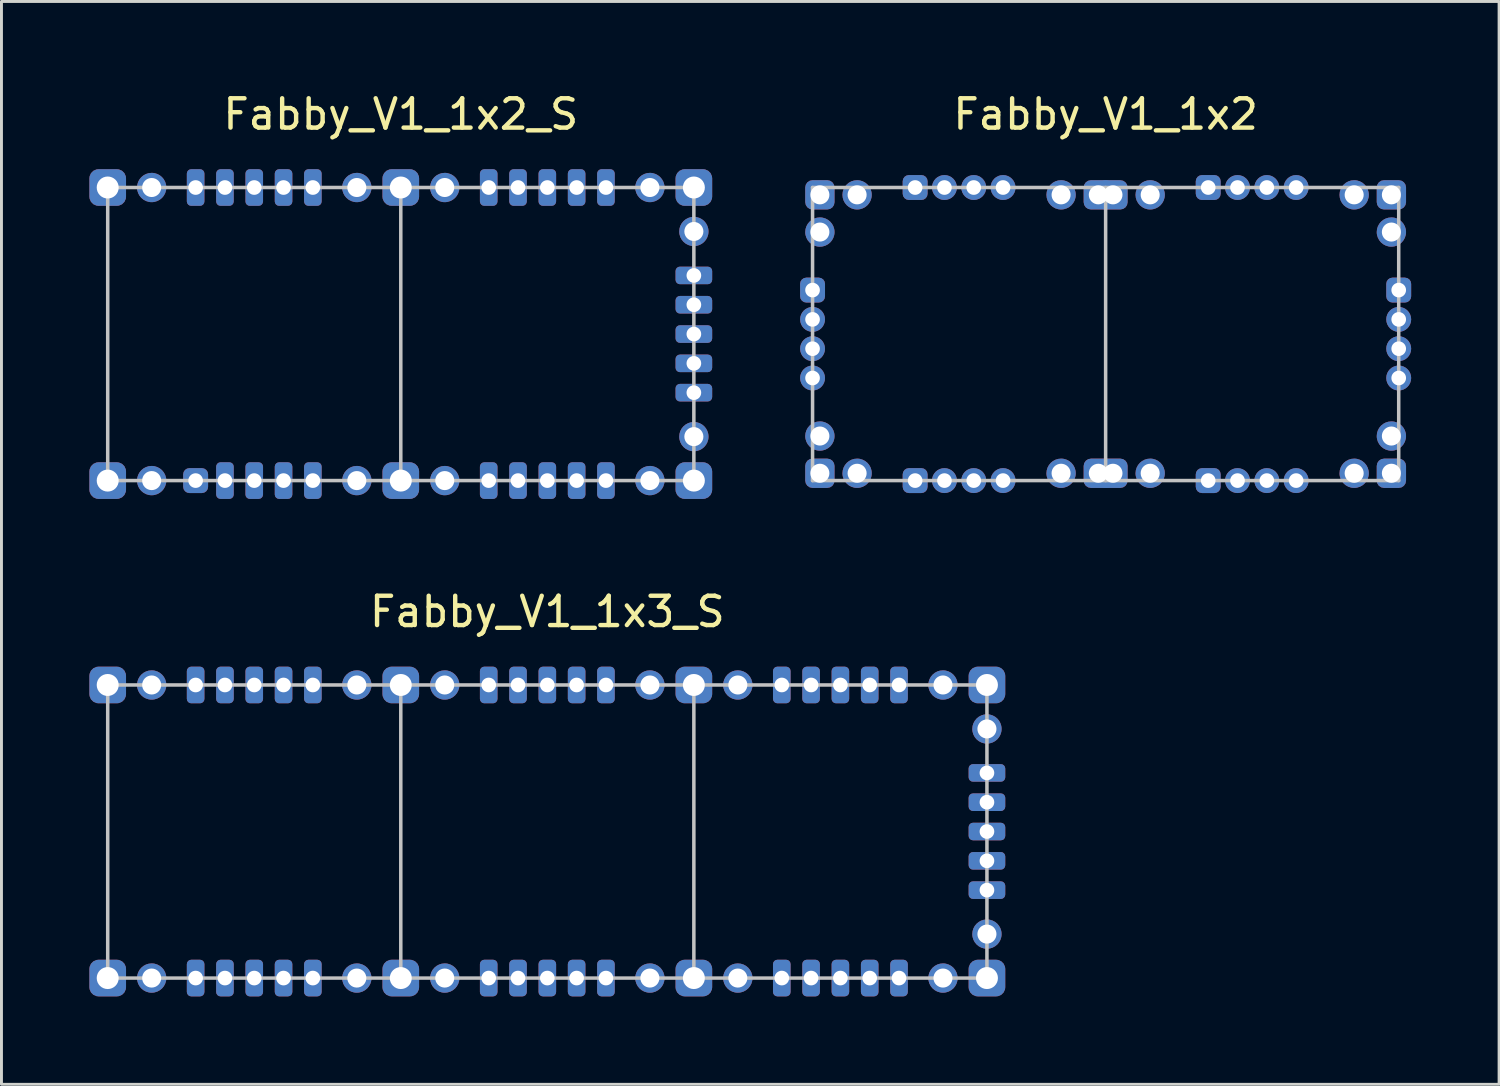
<source format=kicad_pcb>
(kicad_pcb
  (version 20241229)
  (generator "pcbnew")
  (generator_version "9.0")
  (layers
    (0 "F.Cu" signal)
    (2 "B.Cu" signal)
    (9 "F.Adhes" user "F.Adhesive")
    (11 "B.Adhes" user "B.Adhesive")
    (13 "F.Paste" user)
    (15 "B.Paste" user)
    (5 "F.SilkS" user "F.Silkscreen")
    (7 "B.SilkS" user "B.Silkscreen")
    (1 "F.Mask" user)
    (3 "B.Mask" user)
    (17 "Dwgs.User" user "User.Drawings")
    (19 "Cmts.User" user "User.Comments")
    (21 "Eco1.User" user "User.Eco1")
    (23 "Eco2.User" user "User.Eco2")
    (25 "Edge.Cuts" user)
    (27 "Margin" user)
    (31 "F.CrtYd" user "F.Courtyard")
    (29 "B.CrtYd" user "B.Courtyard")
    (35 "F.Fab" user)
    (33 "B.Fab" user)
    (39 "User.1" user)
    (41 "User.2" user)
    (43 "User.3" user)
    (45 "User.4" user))
  (footprint "Fabby_V1_1x3_S"
    (layer "F.Cu")
    (at 15.625 25.322)
    (property "Reference" "Fabby_V1_1x3_S" (at 0 -7.5 0) (layer "F.SilkS") (effects (font (size 1 1) (thickness 0.15))))
    (attr through_hole)
    (fp_line (start -15 -5) (end 15 -5) (stroke (width 0.12) (type solid)) (layer "Dwgs.User"))
    (fp_line (start -15 5) (end -15 -5) (stroke (width 0.12) (type solid)) (layer "Dwgs.User"))
    (fp_line (start -15 5) (end 15 5) (stroke (width 0.12) (type solid)) (layer "Dwgs.User"))
    (fp_line (start -5 5) (end -5 -5) (stroke (width 0.12) (type solid)) (layer "Dwgs.User"))
    (fp_line (start 5 -5) (end 5 5) (stroke (width 0.12) (type solid)) (layer "Dwgs.User"))
    (fp_line (start 15 -5) (end 15 5) (stroke (width 0.12) (type solid)) (layer "Dwgs.User"))
    (pad "1" thru_hole roundrect (at -15 -5) (size 1.25 1.25) (drill 0.75) (layers "*.Cu" "*.Mask") (roundrect_rratio 0.25))
    (pad "2" thru_hole circle (at -13.5 -5) (size 1 1) (drill 0.65) (layers "*.Cu" "*.Mask"))
    (pad "3" thru_hole circle (at -6.5 -5 270) (size 1 1) (drill 0.65) (layers "*.Cu" "*.Mask"))
    (pad "4" thru_hole roundrect (at -5 -5) (size 1.25 1.25) (drill 0.75) (layers "*.Cu" "*.Mask") (roundrect_rratio 0.25))
    (pad "5" thru_hole circle (at -3.5 -5) (size 1 1) (drill 0.65) (layers "*.Cu" "*.Mask"))
    (pad "6" thru_hole circle (at 3.5 -5 270) (size 1 1) (drill 0.65) (layers "*.Cu" "*.Mask"))
    (pad "7" thru_hole roundrect (at 5 -5) (size 1.25 1.25) (drill 0.75) (layers "*.Cu" "*.Mask") (roundrect_rratio 0.25))
    (pad "8" thru_hole circle (at 6.5 -5) (size 1 1) (drill 0.65) (layers "*.Cu" "*.Mask"))
    (pad "9" thru_hole circle (at 13.5 -5 270) (size 1 1) (drill 0.65) (layers "*.Cu" "*.Mask"))
    (pad "10" thru_hole roundrect (at 15 -5 270) (size 1.25 1.25) (drill 0.75) (layers "*.Cu" "*.Mask") (roundrect_rratio 0.25))
    (pad "11" thru_hole circle (at 15 -3.5 270) (size 1 1) (drill 0.65) (layers "*.Cu" "*.Mask"))
    (pad "12" thru_hole circle (at 15 3.5 180) (size 1 1) (drill 0.65) (layers "*.Cu" "*.Mask"))
    (pad "13" thru_hole roundrect (at 15 5 180) (size 1.25 1.25) (drill 0.75) (layers "*.Cu" "*.Mask") (roundrect_rratio 0.25))
    (pad "14" thru_hole circle (at 13.5 5 180) (size 1 1) (drill 0.65) (layers "*.Cu" "*.Mask"))
    (pad "15" thru_hole circle (at 6.5 5) (size 1 1) (drill 0.65) (layers "*.Cu" "*.Mask"))
    (pad "16" thru_hole roundrect (at 5 5) (size 1.25 1.25) (drill 0.75) (layers "*.Cu" "*.Mask") (roundrect_rratio 0.25))
    (pad "17" thru_hole circle (at 3.5 5 270) (size 1 1) (drill 0.65) (layers "*.Cu" "*.Mask"))
    (pad "18" thru_hole circle (at -3.5 5) (size 1 1) (drill 0.65) (layers "*.Cu" "*.Mask"))
    (pad "19" thru_hole roundrect (at -5 5) (size 1.25 1.25) (drill 0.75) (layers "*.Cu" "*.Mask") (roundrect_rratio 0.25))
    (pad "20" thru_hole circle (at -6.5 5 270) (size 1 1) (drill 0.65) (layers "*.Cu" "*.Mask"))
    (pad "21" thru_hole circle (at -13.5 5 90) (size 1 1) (drill 0.65) (layers "*.Cu" "*.Mask"))
    (pad "22" thru_hole roundrect (at -15 5) (size 1.25 1.25) (drill 0.75) (layers "*.Cu" "*.Mask") (roundrect_rratio 0.25))
    (pad "25" thru_hole roundrect (at -12 -5 90) (size 1.25 0.6) (drill 0.5) (layers "*.Cu" "*.Mask") (roundrect_rratio 0.25))
    (pad "26" thru_hole roundrect (at -11 -5 90) (size 1.25 0.6) (drill 0.5) (layers "*.Cu" "*.Mask") (roundrect_rratio 0.25))
    (pad "27" thru_hole roundrect (at -10 -5 90) (size 1.25 0.6) (drill 0.5) (layers "*.Cu" "*.Mask") (roundrect_rratio 0.25))
    (pad "28" thru_hole roundrect (at -9 -5 90) (size 1.25 0.6) (drill 0.5) (layers "*.Cu" "*.Mask") (roundrect_rratio 0.25))
    (pad "29" thru_hole roundrect (at -8 -5 90) (size 1.25 0.6) (drill 0.5) (layers "*.Cu" "*.Mask") (roundrect_rratio 0.25))
    (pad "30" thru_hole roundrect (at -2 -5 90) (size 1.25 0.6) (drill 0.5) (layers "*.Cu" "*.Mask") (roundrect_rratio 0.25))
    (pad "31" thru_hole roundrect (at -1 -5 90) (size 1.25 0.6) (drill 0.5) (layers "*.Cu" "*.Mask") (roundrect_rratio 0.25))
    (pad "32" thru_hole roundrect (at 0 -5 90) (size 1.25 0.6) (drill 0.5) (layers "*.Cu" "*.Mask") (roundrect_rratio 0.25))
    (pad "33" thru_hole roundrect (at 1 -5 90) (size 1.25 0.6) (drill 0.5) (layers "*.Cu" "*.Mask") (roundrect_rratio 0.25))
    (pad "34" thru_hole roundrect (at 2 -5 90) (size 1.25 0.6) (drill 0.5) (layers "*.Cu" "*.Mask") (roundrect_rratio 0.25))
    (pad "35" thru_hole roundrect (at 8 -5 90) (size 1.25 0.6) (drill 0.5) (layers "*.Cu" "*.Mask") (roundrect_rratio 0.25))
    (pad "36" thru_hole roundrect (at 9 -5 90) (size 1.25 0.6) (drill 0.5) (layers "*.Cu" "*.Mask") (roundrect_rratio 0.25))
    (pad "37" thru_hole roundrect (at 10 -5 90) (size 1.25 0.6) (drill 0.5) (layers "*.Cu" "*.Mask") (roundrect_rratio 0.25))
    (pad "38" thru_hole roundrect (at 11 -5 90) (size 1.25 0.6) (drill 0.5) (layers "*.Cu" "*.Mask") (roundrect_rratio 0.25))
    (pad "39" thru_hole roundrect (at 12 -5 90) (size 1.25 0.6) (drill 0.5) (layers "*.Cu" "*.Mask") (roundrect_rratio 0.25))
    (pad "40" thru_hole roundrect (at -12 5 90) (size 1.25 0.6) (drill 0.5) (layers "*.Cu" "*.Mask") (roundrect_rratio 0.25))
    (pad "41" thru_hole roundrect (at -11 5 90) (size 1.25 0.6) (drill 0.5) (layers "*.Cu" "*.Mask") (roundrect_rratio 0.25))
    (pad "42" thru_hole roundrect (at -10 5 90) (size 1.25 0.6) (drill 0.5) (layers "*.Cu" "*.Mask") (roundrect_rratio 0.25))
    (pad "43" thru_hole roundrect (at -9 5 90) (size 1.25 0.6) (drill 0.5) (layers "*.Cu" "*.Mask") (roundrect_rratio 0.25))
    (pad "44" thru_hole roundrect (at -8 5 90) (size 1.25 0.6) (drill 0.5) (layers "*.Cu" "*.Mask") (roundrect_rratio 0.25))
    (pad "45" thru_hole roundrect (at -2 5 90) (size 1.25 0.6) (drill 0.5) (layers "*.Cu" "*.Mask") (roundrect_rratio 0.25))
    (pad "46" thru_hole roundrect (at -1 5 90) (size 1.25 0.6) (drill 0.5) (layers "*.Cu" "*.Mask") (roundrect_rratio 0.25))
    (pad "47" thru_hole roundrect (at 0 5 90) (size 1.25 0.6) (drill 0.5) (layers "*.Cu" "*.Mask") (roundrect_rratio 0.25))
    (pad "48" thru_hole roundrect (at 1 5 90) (size 1.25 0.6) (drill 0.5) (layers "*.Cu" "*.Mask") (roundrect_rratio 0.25))
    (pad "49" thru_hole roundrect (at 2 5 90) (size 1.25 0.6) (drill 0.5) (layers "*.Cu" "*.Mask") (roundrect_rratio 0.25))
    (pad "50" thru_hole roundrect (at 8 5 90) (size 1.25 0.6) (drill 0.5) (layers "*.Cu" "*.Mask") (roundrect_rratio 0.25))
    (pad "51" thru_hole roundrect (at 9 5 90) (size 1.25 0.6) (drill 0.5) (layers "*.Cu" "*.Mask") (roundrect_rratio 0.25))
    (pad "52" thru_hole roundrect (at 10 5 90) (size 1.25 0.6) (drill 0.5) (layers "*.Cu" "*.Mask") (roundrect_rratio 0.25))
    (pad "53" thru_hole roundrect (at 11 5 90) (size 1.25 0.6) (drill 0.5) (layers "*.Cu" "*.Mask") (roundrect_rratio 0.25))
    (pad "54" thru_hole roundrect (at 12 5 90) (size 1.25 0.6) (drill 0.5) (layers "*.Cu" "*.Mask") (roundrect_rratio 0.25))
    (pad "60" thru_hole roundrect (at 15 -2 180) (size 1.25 0.6) (drill 0.5) (layers "*.Cu" "*.Mask") (roundrect_rratio 0.25))
    (pad "61" thru_hole roundrect (at 15 -1 180) (size 1.25 0.6) (drill 0.5) (layers "*.Cu" "*.Mask") (roundrect_rratio 0.25))
    (pad "62" thru_hole roundrect (at 15 0 180) (size 1.25 0.6) (drill 0.5) (layers "*.Cu" "*.Mask") (roundrect_rratio 0.25))
    (pad "63" thru_hole roundrect (at 15 1 180) (size 1.25 0.6) (drill 0.5) (layers "*.Cu" "*.Mask") (roundrect_rratio 0.25))
    (pad "64" thru_hole roundrect (at 15 2 180) (size 1.25 0.6) (drill 0.5) (layers "*.Cu" "*.Mask") (roundrect_rratio 0.25)))
  (footprint "Fabby_V1_1x2_S"
    (layer "F.Cu")
    (at 10.625 13.348)
    (property "Reference" "Fabby_V1_1x2_S" (at 0 -12.5 0) (layer "F.SilkS") (effects (font (size 1 1) (thickness 0.15))))
    (attr through_hole)
    (fp_line (start -10 -10) (end 10 -10) (stroke (width 0.12) (type solid)) (layer "Dwgs.User"))
    (fp_line (start -10 0) (end -10 -10) (stroke (width 0.12) (type solid)) (layer "Dwgs.User"))
    (fp_line (start 0 -10) (end 0 0) (stroke (width 0.12) (type solid)) (layer "Dwgs.User"))
    (fp_line (start 10 -10) (end 10 0) (stroke (width 0.12) (type solid)) (layer "Dwgs.User"))
    (fp_line (start 10 0) (end -10 0) (stroke (width 0.12) (type solid)) (layer "Dwgs.User"))
    (pad "1" thru_hole roundrect (at -10 -10 270) (size 1.25 1.25) (drill 0.75) (layers "*.Cu" "*.Mask") (roundrect_rratio 0.25))
    (pad "2" thru_hole circle (at -8.5 -10) (size 1 1) (drill 0.65) (layers "*.Cu" "*.Mask"))
    (pad "3" thru_hole circle (at -1.5 -10 270) (size 1 1) (drill 0.65) (layers "*.Cu" "*.Mask"))
    (pad "4" thru_hole roundrect (at 0 -10 270) (size 1.25 1.25) (drill 0.75) (layers "*.Cu" "*.Mask") (roundrect_rratio 0.25))
    (pad "5" thru_hole circle (at 1.5 -10 90) (size 1 1) (drill 0.65) (layers "*.Cu" "*.Mask"))
    (pad "6" thru_hole circle (at 8.5 -10 270) (size 1 1) (drill 0.65) (layers "*.Cu" "*.Mask"))
    (pad "7" thru_hole roundrect (at 10 -10 270) (size 1.25 1.25) (drill 0.75) (layers "*.Cu" "*.Mask") (roundrect_rratio 0.25))
    (pad "8" thru_hole circle (at 10 -8.5 270) (size 1 1) (drill 0.65) (layers "*.Cu" "*.Mask"))
    (pad "9" thru_hole circle (at 10 -1.5 180) (size 1 1) (drill 0.65) (layers "*.Cu" "*.Mask"))
    (pad "10" thru_hole roundrect (at 10 0 180) (size 1.25 1.25) (drill 0.75) (layers "*.Cu" "*.Mask") (roundrect_rratio 0.25))
    (pad "11" thru_hole circle (at 8.5 0 180) (size 1 1) (drill 0.65) (layers "*.Cu" "*.Mask"))
    (pad "12" thru_hole circle (at 1.5 0 90) (size 1 1) (drill 0.65) (layers "*.Cu" "*.Mask"))
    (pad "13" thru_hole roundrect (at 0 0 90) (size 1.25 1.25) (drill 0.75) (layers "*.Cu" "*.Mask") (roundrect_rratio 0.25))
    (pad "14" thru_hole circle (at -1.5 0 270) (size 1 1) (drill 0.65) (layers "*.Cu" "*.Mask"))
    (pad "15" thru_hole circle (at -8.5 0 90) (size 1 1) (drill 0.65) (layers "*.Cu" "*.Mask"))
    (pad "16" thru_hole roundrect (at -10 0 270) (size 1.25 1.25) (drill 0.75) (layers "*.Cu" "*.Mask") (roundrect_rratio 0.25))
    (pad "19" thru_hole roundrect (at -7 -10 90) (size 1.25 0.6) (drill 0.5) (layers "*.Cu" "*.Mask") (roundrect_rratio 0.25))
    (pad "20" thru_hole roundrect (at -6 -10 90) (size 1.25 0.6) (drill 0.5) (layers "*.Cu" "*.Mask") (roundrect_rratio 0.25))
    (pad "21" thru_hole roundrect (at -5 -10 90) (size 1.25 0.6) (drill 0.5) (layers "*.Cu" "*.Mask") (roundrect_rratio 0.25))
    (pad "22" thru_hole roundrect (at -4 -10 90) (size 1.25 0.6) (drill 0.5) (layers "*.Cu" "*.Mask") (roundrect_rratio 0.25))
    (pad "23" thru_hole roundrect (at -3 -10 90) (size 1.25 0.6) (drill 0.5) (layers "*.Cu" "*.Mask") (roundrect_rratio 0.25))
    (pad "24" thru_hole roundrect (at 3 -10 90) (size 1.25 0.6) (drill 0.5) (layers "*.Cu" "*.Mask") (roundrect_rratio 0.25))
    (pad "25" thru_hole roundrect (at 4 -10 90) (size 1.25 0.6) (drill 0.5) (layers "*.Cu" "*.Mask") (roundrect_rratio 0.25))
    (pad "26" thru_hole roundrect (at 5 -10 90) (size 1.25 0.6) (drill 0.5) (layers "*.Cu" "*.Mask") (roundrect_rratio 0.25))
    (pad "27" thru_hole roundrect (at 6 -10 90) (size 1.25 0.6) (drill 0.5) (layers "*.Cu" "*.Mask") (roundrect_rratio 0.25))
    (pad "28" thru_hole roundrect (at 7 -10 90) (size 1.25 0.6) (drill 0.5) (layers "*.Cu" "*.Mask") (roundrect_rratio 0.25))
    (pad "29" thru_hole roundrect (at -7 0 90) (size 0.85 0.85) (drill 0.5) (layers "*.Cu" "*.Mask") (roundrect_rratio 0.25))
    (pad "30" thru_hole roundrect (at -6 0 90) (size 1.25 0.6) (drill 0.5) (layers "*.Cu" "*.Mask") (roundrect_rratio 0.25))
    (pad "31" thru_hole roundrect (at -5 0 90) (size 1.25 0.6) (drill 0.5) (layers "*.Cu" "*.Mask") (roundrect_rratio 0.25))
    (pad "32" thru_hole roundrect (at -4 0 90) (size 1.25 0.6) (drill 0.5) (layers "*.Cu" "*.Mask") (roundrect_rratio 0.25))
    (pad "33" thru_hole roundrect (at -3 0 90) (size 1.25 0.6) (drill 0.5) (layers "*.Cu" "*.Mask") (roundrect_rratio 0.25))
    (pad "34" thru_hole roundrect (at 3 0 90) (size 1.25 0.6) (drill 0.5) (layers "*.Cu" "*.Mask") (roundrect_rratio 0.25))
    (pad "35" thru_hole roundrect (at 4 0 90) (size 1.25 0.6) (drill 0.5) (layers "*.Cu" "*.Mask") (roundrect_rratio 0.25))
    (pad "36" thru_hole roundrect (at 5 0 90) (size 1.25 0.6) (drill 0.5) (layers "*.Cu" "*.Mask") (roundrect_rratio 0.25))
    (pad "37" thru_hole roundrect (at 6 0 90) (size 1.25 0.6) (drill 0.5) (layers "*.Cu" "*.Mask") (roundrect_rratio 0.25))
    (pad "38" thru_hole roundrect (at 7 0 90) (size 1.25 0.6) (drill 0.5) (layers "*.Cu" "*.Mask") (roundrect_rratio 0.25))
    (pad "44" thru_hole roundrect (at 10 -7 180) (size 1.25 0.6) (drill 0.5) (layers "*.Cu" "*.Mask") (roundrect_rratio 0.25))
    (pad "45" thru_hole roundrect (at 10 -6 180) (size 1.25 0.6) (drill 0.5) (layers "*.Cu" "*.Mask") (roundrect_rratio 0.25))
    (pad "46" thru_hole roundrect (at 10 -5 180) (size 1.25 0.6) (drill 0.5) (layers "*.Cu" "*.Mask") (roundrect_rratio 0.25))
    (pad "47" thru_hole roundrect (at 10 -4 180) (size 1.25 0.6) (drill 0.5) (layers "*.Cu" "*.Mask") (roundrect_rratio 0.25))
    (pad "48" thru_hole roundrect (at 10 -3 180) (size 1.25 0.6) (drill 0.5) (layers "*.Cu" "*.Mask") (roundrect_rratio 0.25)))
  (footprint "Fabby_V1_1x2"
    (layer "F.Cu")
    (at 34.675 13.348)
    (property "Reference" "Fabby_V1_1x2" (at 0 -12.5 0) (layer "F.SilkS") (effects (font (size 1 1) (thickness 0.15))))
    (attr through_hole)
    (fp_line (start -10 -10) (end 10 -10) (stroke (width 0.12) (type solid)) (layer "Dwgs.User"))
    (fp_line (start -10 0) (end -10 -10) (stroke (width 0.12) (type solid)) (layer "Dwgs.User"))
    (fp_line (start 0 -10) (end 0 0) (stroke (width 0.12) (type solid)) (layer "Dwgs.User"))
    (fp_line (start 10 -10) (end 10 0) (stroke (width 0.12) (type solid)) (layer "Dwgs.User"))
    (fp_line (start 10 0) (end -10 0) (stroke (width 0.12) (type solid)) (layer "Dwgs.User"))
    (pad "GND" thru_hole roundrect (at -9.75 -9.75) (size 1 1) (drill 0.65) (layers "*.Cu" "*.Mask") (roundrect_rratio 0.25))
    (pad "GND" thru_hole roundrect (at -9.75 -0.25 90) (size 1 1) (drill 0.65) (layers "*.Cu" "*.Mask") (roundrect_rratio 0.25))
    (pad "GND" thru_hole roundrect (at -0.25 -9.75 270) (size 1 1) (drill 0.65) (layers "*.Cu" "*.Mask") (roundrect_rratio 0.25))
    (pad "GND" thru_hole roundrect (at -0.25 -0.25 270) (size 1 1) (drill 0.65) (layers "*.Cu" "*.Mask") (roundrect_rratio 0.25))
    (pad "GND" thru_hole roundrect (at 0.25 -9.75 90) (size 1 1) (drill 0.65) (layers "*.Cu" "*.Mask") (roundrect_rratio 0.25))
    (pad "GND" thru_hole roundrect (at 0.25 -0.25 90) (size 1 1) (drill 0.65) (layers "*.Cu" "*.Mask") (roundrect_rratio 0.25))
    (pad "GND" thru_hole roundrect (at 9.75 -9.75 270) (size 1 1) (drill 0.65) (layers "*.Cu" "*.Mask") (roundrect_rratio 0.25))
    (pad "GND" thru_hole roundrect (at 9.75 -0.25 180) (size 1 1) (drill 0.65) (layers "*.Cu" "*.Mask") (roundrect_rratio 0.25))
    (pad "H1" thru_hole roundrect (at -10 -6.5) (size 0.85 0.85) (drill 0.5) (layers "*.Cu" "*.Mask") (roundrect_rratio 0.25))
    (pad "H1" thru_hole roundrect (at 10 -6.5) (size 0.85 0.85) (drill 0.5) (layers "*.Cu" "*.Mask") (roundrect_rratio 0.25))
    (pad "H2" thru_hole circle (at -10 -5.5) (size 0.85 0.85) (drill 0.5) (layers "*.Cu" "*.Mask"))
    (pad "H2" thru_hole circle (at 10 -5.5) (size 0.85 0.85) (drill 0.5) (layers "*.Cu" "*.Mask"))
    (pad "H3" thru_hole circle (at -10 -4.5) (size 0.85 0.85) (drill 0.5) (layers "*.Cu" "*.Mask"))
    (pad "H3" thru_hole circle (at 10 -4.5) (size 0.85 0.85) (drill 0.5) (layers "*.Cu" "*.Mask"))
    (pad "H4" thru_hole circle (at -10 -3.5) (size 0.85 0.85) (drill 0.5) (layers "*.Cu" "*.Mask"))
    (pad "H4" thru_hole circle (at 10 -3.5) (size 0.85 0.85) (drill 0.5) (layers "*.Cu" "*.Mask"))
    (pad "V1" thru_hole roundrect (at -6.5 -10 90) (size 0.85 0.85) (drill 0.5) (layers "*.Cu" "*.Mask") (roundrect_rratio 0.25))
    (pad "V1" thru_hole roundrect (at -6.5 0 90) (size 0.85 0.85) (drill 0.5) (layers "*.Cu" "*.Mask") (roundrect_rratio 0.25))
    (pad "V2" thru_hole circle (at -5.5 -10 90) (size 0.85 0.85) (drill 0.5) (layers "*.Cu" "*.Mask"))
    (pad "V2" thru_hole circle (at -5.5 0 90) (size 0.85 0.85) (drill 0.5) (layers "*.Cu" "*.Mask"))
    (pad "V3" thru_hole circle (at -4.5 -10 90) (size 0.85 0.85) (drill 0.5) (layers "*.Cu" "*.Mask"))
    (pad "V3" thru_hole circle (at -4.5 0 90) (size 0.85 0.85) (drill 0.5) (layers "*.Cu" "*.Mask"))
    (pad "V4" thru_hole circle (at -3.5 -10 90) (size 0.85 0.85) (drill 0.5) (layers "*.Cu" "*.Mask"))
    (pad "V4" thru_hole circle (at -3.5 0 90) (size 0.85 0.85) (drill 0.5) (layers "*.Cu" "*.Mask"))
    (pad "V5" thru_hole roundrect (at 3.5 -10 90) (size 0.85 0.85) (drill 0.5) (layers "*.Cu" "*.Mask") (roundrect_rratio 0.25))
    (pad "V5" thru_hole roundrect (at 3.5 0 90) (size 0.85 0.85) (drill 0.5) (layers "*.Cu" "*.Mask") (roundrect_rratio 0.25))
    (pad "V6" thru_hole circle (at 4.5 -10 90) (size 0.85 0.85) (drill 0.5) (layers "*.Cu" "*.Mask"))
    (pad "V6" thru_hole circle (at 4.5 0 90) (size 0.85 0.85) (drill 0.5) (layers "*.Cu" "*.Mask"))
    (pad "V7" thru_hole circle (at 5.5 -10 90) (size 0.85 0.85) (drill 0.5) (layers "*.Cu" "*.Mask"))
    (pad "V7" thru_hole circle (at 5.5 0 90) (size 0.85 0.85) (drill 0.5) (layers "*.Cu" "*.Mask"))
    (pad "V8" thru_hole circle (at 6.5 -10 90) (size 0.85 0.85) (drill 0.5) (layers "*.Cu" "*.Mask"))
    (pad "V8" thru_hole circle (at 6.5 0 90) (size 0.85 0.85) (drill 0.5) (layers "*.Cu" "*.Mask"))
    (pad "VCC" thru_hole circle (at -9.75 -8.48) (size 1 1) (drill 0.65) (layers "*.Cu" "*.Mask"))
    (pad "VCC" thru_hole circle (at -9.75 -1.52 90) (size 1 1) (drill 0.65) (layers "*.Cu" "*.Mask"))
    (pad "VCC" thru_hole circle (at -8.48 -9.75) (size 1 1) (drill 0.65) (layers "*.Cu" "*.Mask"))
    (pad "VCC" thru_hole circle (at -8.48 -0.25 90) (size 1 1) (drill 0.65) (layers "*.Cu" "*.Mask"))
    (pad "VCC" thru_hole circle (at -1.52 -9.75 270) (size 1 1) (drill 0.65) (layers "*.Cu" "*.Mask"))
    (pad "VCC" thru_hole circle (at -1.52 -0.25 270) (size 1 1) (drill 0.65) (layers "*.Cu" "*.Mask"))
    (pad "VCC" thru_hole circle (at 1.52 -9.75 90) (size 1 1) (drill 0.65) (layers "*.Cu" "*.Mask"))
    (pad "VCC" thru_hole circle (at 1.52 -0.25 90) (size 1 1) (drill 0.65) (layers "*.Cu" "*.Mask"))
    (pad "VCC" thru_hole circle (at 8.48 -9.75 270) (size 1 1) (drill 0.65) (layers "*.Cu" "*.Mask"))
    (pad "VCC" thru_hole circle (at 8.48 -0.25 180) (size 1 1) (drill 0.65) (layers "*.Cu" "*.Mask"))
    (pad "VCC" thru_hole circle (at 9.75 -8.48 270) (size 1 1) (drill 0.65) (layers "*.Cu" "*.Mask"))
    (pad "VCC" thru_hole circle (at 9.75 -1.52 180) (size 1 1) (drill 0.65) (layers "*.Cu" "*.Mask")))
  (gr_rect
    (start -3 -3)
    (end 48.1 33.947)
    (stroke (width 0.1) (type default))
    (fill no)
    (layer "Edge.Cuts")))
</source>
